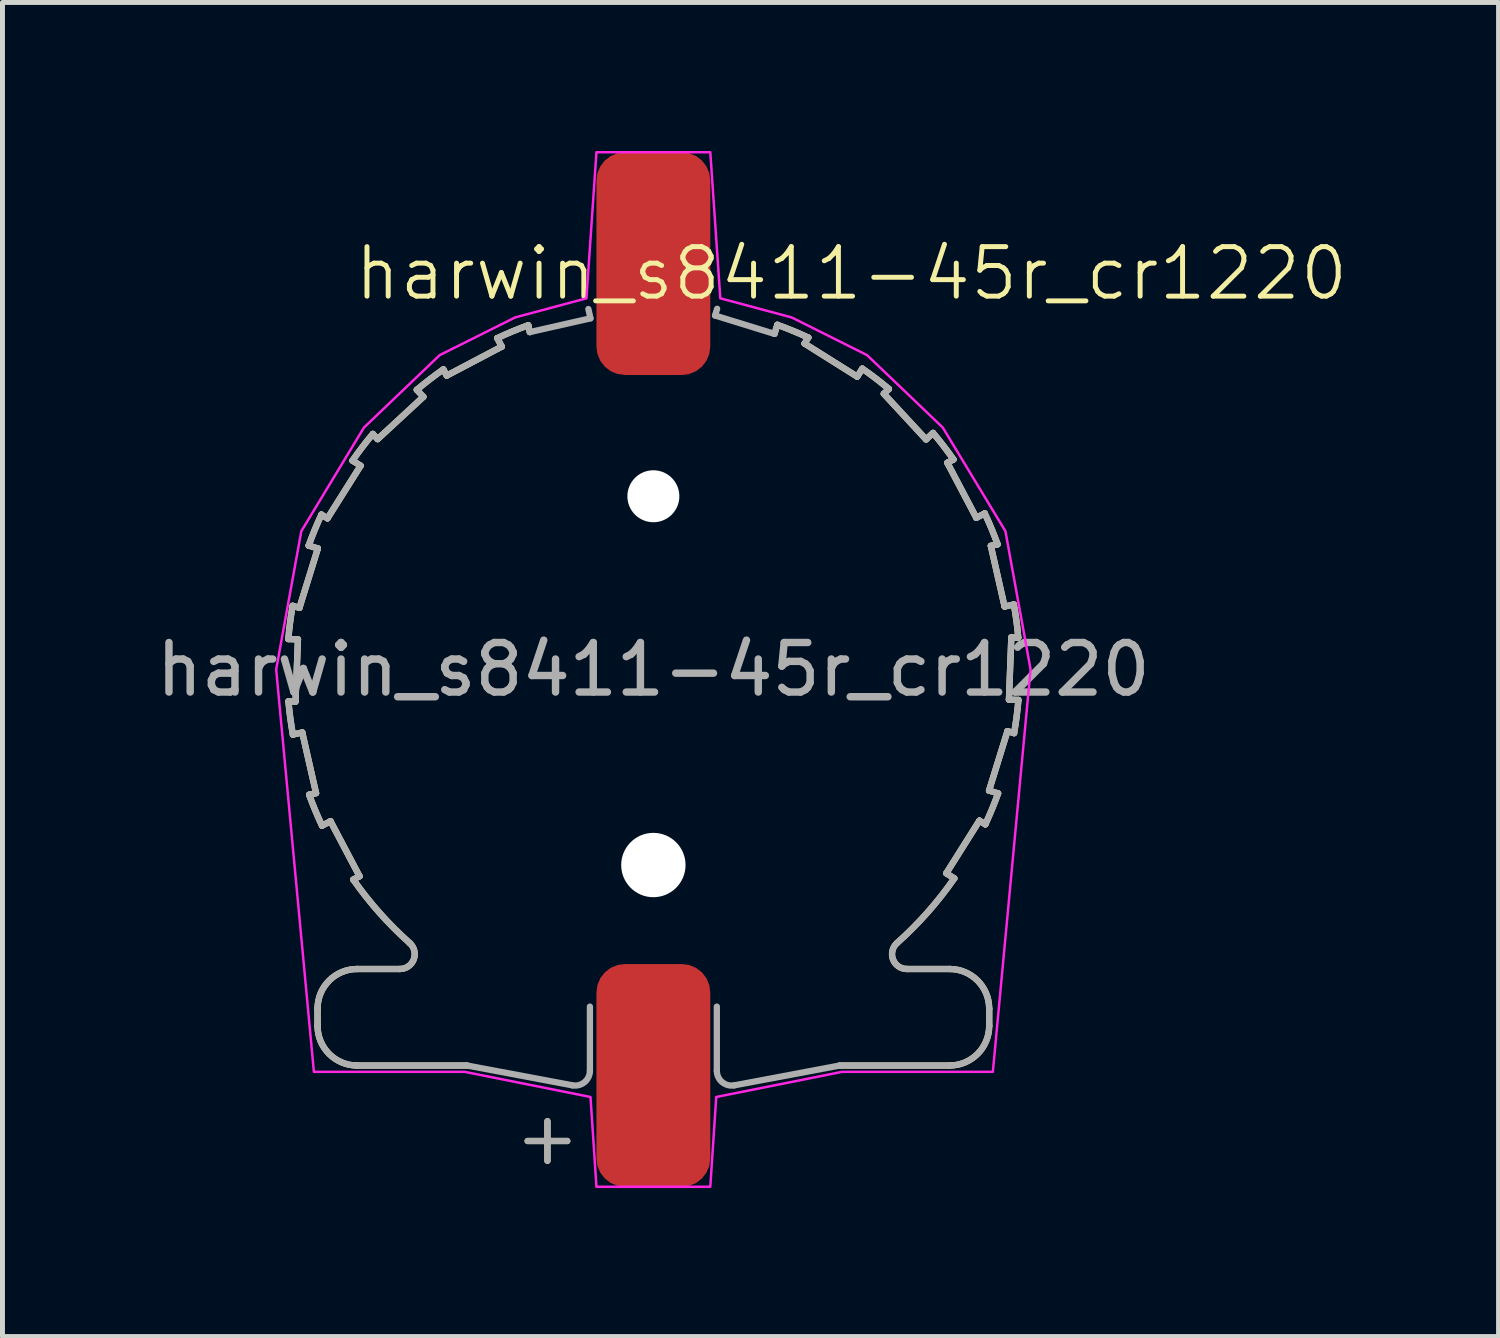
<source format=kicad_pcb>
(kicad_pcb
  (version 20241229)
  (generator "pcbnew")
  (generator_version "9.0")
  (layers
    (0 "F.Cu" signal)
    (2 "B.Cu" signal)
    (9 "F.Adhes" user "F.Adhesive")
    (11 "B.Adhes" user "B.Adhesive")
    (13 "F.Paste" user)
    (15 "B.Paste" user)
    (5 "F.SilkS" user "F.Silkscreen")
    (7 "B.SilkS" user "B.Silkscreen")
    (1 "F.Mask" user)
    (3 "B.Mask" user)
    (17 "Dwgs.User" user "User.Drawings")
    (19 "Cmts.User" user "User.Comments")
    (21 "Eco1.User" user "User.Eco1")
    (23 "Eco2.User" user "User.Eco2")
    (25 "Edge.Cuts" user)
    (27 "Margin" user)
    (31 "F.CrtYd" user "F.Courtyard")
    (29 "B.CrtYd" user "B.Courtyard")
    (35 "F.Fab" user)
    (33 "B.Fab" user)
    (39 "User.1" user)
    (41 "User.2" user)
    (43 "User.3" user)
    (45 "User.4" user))
  (footprint "harwin_s8411-45r_cr1220"
    (layer "F.Cu")
    (at 10.149 10.475)
    (property "Reference" "harwin_s8411-45r_cr1220" (at 4 -8 0) (unlocked yes) (layer "F.SilkS") (effects (font (size 1 1) (thickness 0.1))))
    (attr smd)
    (fp_line (start -7.372 0.643) (end -7.229 0.649) (stroke (width 0.127) (type solid)) (layer "F.SilkS"))
    (fp_line (start -7.287 -1.287) (end -7.15 -1.245) (stroke (width 0.127) (type solid)) (layer "F.SilkS"))
    (fp_line (start -7.229 0.649) (end -7.18 -0.608) (stroke (width 0.127) (type solid)) (layer "F.SilkS"))
    (fp_line (start -7.18 -0.608) (end -7.374 -0.615) (stroke (width 0.127) (type solid)) (layer "F.SilkS"))
    (fp_line (start -7.15 -1.245) (end -6.778 -2.446) (stroke (width 0.127) (type solid)) (layer "F.SilkS"))
    (fp_line (start -7.093 1.272) (end -7.282 1.315) (stroke (width 0.127) (type solid)) (layer "F.SilkS"))
    (fp_line (start -6.954 2.53) (end -6.814 2.498) (stroke (width 0.127) (type solid)) (layer "F.SilkS"))
    (fp_line (start -6.814 2.498) (end -7.093 1.272) (stroke (width 0.127) (type solid)) (layer "F.SilkS"))
    (fp_line (start -6.784 6.85) (end -6.784 7.2) (stroke (width 0.127) (type solid)) (layer "F.SilkS"))
    (fp_line (start -6.778 -2.446) (end -6.964 -2.503) (stroke (width 0.127) (type solid)) (layer "F.SilkS"))
    (fp_line (start -6.706 -3.13) (end -6.584 -3.053) (stroke (width 0.127) (type solid)) (layer "F.SilkS"))
    (fp_line (start -6.584 -3.053) (end -5.914 -4.117) (stroke (width 0.127) (type solid)) (layer "F.SilkS"))
    (fp_line (start -6.522 3.065) (end -6.694 3.155) (stroke (width 0.127) (type solid)) (layer "F.SilkS"))
    (fp_line (start -6.062 4.244) (end -5.936 4.177) (stroke (width 0.127) (type solid)) (layer "F.SilkS"))
    (fp_line (start -5.984 8) (end -3.764 8) (stroke (width 0.127) (type solid)) (layer "F.SilkS"))
    (fp_line (start -5.936 4.177) (end -6.522 3.065) (stroke (width 0.127) (type solid)) (layer "F.SilkS"))
    (fp_line (start -5.914 -4.117) (end -6.079 -4.22) (stroke (width 0.127) (type solid)) (layer "F.SilkS"))
    (fp_line (start -5.667 -4.759) (end -5.57 -4.654) (stroke (width 0.127) (type solid)) (layer "F.SilkS"))
    (fp_line (start -5.57 -4.654) (end -4.647 -5.508) (stroke (width 0.127) (type solid)) (layer "F.SilkS"))
    (fp_line (start -5.121 6.05) (end -5.984 6.05) (stroke (width 0.127) (type solid)) (layer "F.SilkS"))
    (fp_line (start -4.647 -5.508) (end -4.779 -5.65) (stroke (width 0.127) (type solid)) (layer "F.SilkS"))
    (fp_line (start -4.242 -6.063) (end -4.175 -5.937) (stroke (width 0.127) (type solid)) (layer "F.SilkS"))
    (fp_line (start -4.175 -5.937) (end -3.063 -6.523) (stroke (width 0.127) (type solid)) (layer "F.SilkS"))
    (fp_line (start -3.063 -6.523) (end -3.154 -6.694) (stroke (width 0.127) (type solid)) (layer "F.SilkS"))
    (fp_line (start -2.54 9.525) (end -1.74 9.525) (stroke (width 0.127) (type solid)) (layer "F.SilkS"))
    (fp_line (start -2.528 -6.955) (end -2.497 -6.816) (stroke (width 0.127) (type solid)) (layer "F.SilkS"))
    (fp_line (start -2.14 9.925) (end -2.14 9.125) (stroke (width 0.127) (type solid)) (layer "F.SilkS"))
    (fp_line (start 2.447 -6.78) (end 2.504 -6.963) (stroke (width 0.127) (type solid)) (layer "F.SilkS"))
    (fp_line (start 3.054 -6.585) (end 4.118 -5.916) (stroke (width 0.127) (type solid)) (layer "F.SilkS"))
    (fp_line (start 3.13 -6.705) (end 3.054 -6.585) (stroke (width 0.127) (type solid)) (layer "F.SilkS"))
    (fp_line (start 3.764 8) (end 5.984 8) (stroke (width 0.127) (type solid)) (layer "F.SilkS"))
    (fp_line (start 4.118 -5.916) (end 4.221 -6.078) (stroke (width 0.127) (type solid)) (layer "F.SilkS"))
    (fp_line (start 4.655 -5.571) (end 5.509 -4.648) (stroke (width 0.127) (type solid)) (layer "F.SilkS"))
    (fp_line (start 4.759 -5.667) (end 4.655 -5.571) (stroke (width 0.127) (type solid)) (layer "F.SilkS"))
    (fp_line (start 5.509 -4.648) (end 5.65 -4.779) (stroke (width 0.127) (type solid)) (layer "F.SilkS"))
    (fp_line (start 5.917 4.117) (end 6.079 4.219) (stroke (width 0.127) (type solid)) (layer "F.SilkS"))
    (fp_line (start 5.938 -4.177) (end 6.524 -3.065) (stroke (width 0.127) (type solid)) (layer "F.SilkS"))
    (fp_line (start 5.984 6.05) (end 5.121 6.05) (stroke (width 0.127) (type solid)) (layer "F.SilkS"))
    (fp_line (start 6.063 -4.242) (end 5.938 -4.177) (stroke (width 0.127) (type solid)) (layer "F.SilkS"))
    (fp_line (start 6.524 -3.065) (end 6.694 -3.154) (stroke (width 0.127) (type solid)) (layer "F.SilkS"))
    (fp_line (start 6.587 3.053) (end 5.917 4.117) (stroke (width 0.127) (type solid)) (layer "F.SilkS"))
    (fp_line (start 6.706 3.128) (end 6.587 3.053) (stroke (width 0.127) (type solid)) (layer "F.SilkS"))
    (fp_line (start 6.781 2.446) (end 6.964 2.502) (stroke (width 0.127) (type solid)) (layer "F.SilkS"))
    (fp_line (start 6.784 7.2) (end 6.784 6.85) (stroke (width 0.127) (type solid)) (layer "F.SilkS"))
    (fp_line (start 6.817 -2.498) (end 7.095 -1.272) (stroke (width 0.127) (type solid)) (layer "F.SilkS"))
    (fp_line (start 6.954 -2.529) (end 6.817 -2.498) (stroke (width 0.127) (type solid)) (layer "F.SilkS"))
    (fp_line (start 7.095 -1.272) (end 7.282 -1.314) (stroke (width 0.127) (type solid)) (layer "F.SilkS"))
    (fp_line (start 7.153 1.245) (end 6.781 2.446) (stroke (width 0.127) (type solid)) (layer "F.SilkS"))
    (fp_line (start 7.183 0.608) (end 7.374 0.615) (stroke (width 0.127) (type solid)) (layer "F.SilkS"))
    (fp_line (start 7.231 -0.649) (end 7.183 0.608) (stroke (width 0.127) (type solid)) (layer "F.SilkS"))
    (fp_line (start 7.287 1.286) (end 7.153 1.245) (stroke (width 0.127) (type solid)) (layer "F.SilkS"))
    (fp_line (start 7.372 -0.643) (end 7.231 -0.649) (stroke (width 0.127) (type solid)) (layer "F.SilkS"))
    (fp_arc (start -7.374393 -0.61498) (mid -7.338496 -0.952014) (end -7.287203 -1.28705) (stroke (width 0.127) (type solid)) (layer "F.SilkS"))
    (fp_arc (start -7.282253 1.31493) (mid -7.334822 0.980093) (end -7.372003 0.643201) (stroke (width 0.127) (type solid)) (layer "F.SilkS"))
    (fp_arc (start -6.963823 -2.50295) (mid -6.841909 -2.819192) (end -6.705643 -3.12952) (stroke (width 0.127) (type solid)) (layer "F.SilkS"))
    (fp_arc (start -6.783773 6.85007) (mid -6.549458 6.284385) (end -5.983773 6.05007) (stroke (width 0.127) (type solid)) (layer "F.SilkS"))
    (fp_arc (start -6.693673 3.15518) (mid -6.831123 2.845374) (end -6.954243 2.5296) (stroke (width 0.127) (type solid)) (layer "F.SilkS"))
    (fp_arc (start -6.078543 -4.22028) (mid -5.878938 -4.494163) (end -5.667003 -4.75862) (stroke (width 0.127) (type solid)) (layer "F.SilkS"))
    (fp_arc (start -5.983773 8.00007) (mid -6.549458 7.765755) (end -6.783773 7.20007) (stroke (width 0.127) (type solid)) (layer "F.SilkS"))
    (fp_arc (start -4.921753 5.52604) (mid -5.529397 4.917978) (end -6.062423 4.24355) (stroke (width 0.127) (type solid)) (layer "F.SilkS"))
    (fp_arc (start -4.921753 5.52604) (mid -4.840916 5.856821) (end -5.121283 6.05007) (stroke (width 0.127) (type solid)) (layer "F.SilkS"))
    (fp_arc (start -4.778933 -5.64987) (mid -4.515257 -5.862732) (end -4.242113 -6.0633) (stroke (width 0.127) (type solid)) (layer "F.SilkS"))
    (fp_arc (start -3.153613 -6.69431) (mid -2.843859 -6.831657) (end -2.528143 -6.95468) (stroke (width 0.127) (type solid)) (layer "F.SilkS"))
    (fp_arc (start 2.503787 -6.96348) (mid 2.819816 -6.841612) (end 3.129937 -6.70541) (stroke (width 0.127) (type solid)) (layer "F.SilkS"))
    (fp_arc (start 4.220657 -6.07826) (mid 4.494354 -5.878772) (end 4.758637 -5.66697) (stroke (width 0.127) (type solid)) (layer "F.SilkS"))
    (fp_arc (start 5.121277 6.05007) (mid 4.84091 5.856821) (end 4.921747 5.52604) (stroke (width 0.127) (type solid)) (layer "F.SilkS"))
    (fp_arc (start 5.649897 -4.77891) (mid 5.862626 -4.515413) (end 6.063077 -4.24246) (stroke (width 0.127) (type solid)) (layer "F.SilkS"))
    (fp_arc (start 5.983767 6.05007) (mid 6.549452 6.284385) (end 6.783767 6.85007) (stroke (width 0.127) (type solid)) (layer "F.SilkS"))
    (fp_arc (start 6.079287 4.21934) (mid 5.539184 4.906943) (end 4.921747 5.52604) (stroke (width 0.127) (type solid)) (layer "F.SilkS"))
    (fp_arc (start 6.694167 -3.154) (mid 6.831449 -2.844453) (end 6.954427 -2.52895) (stroke (width 0.127) (type solid)) (layer "F.SilkS"))
    (fp_arc (start 6.783767 7.20007) (mid 6.549452 7.765755) (end 5.983767 8.00007) (stroke (width 0.127) (type solid)) (layer "F.SilkS"))
    (fp_arc (start 6.964067 2.50241) (mid 6.842296 2.818386) (end 6.706197 3.12846) (stroke (width 0.127) (type solid)) (layer "F.SilkS"))
    (fp_arc (start 7.282337 -1.31425) (mid 7.334841 -0.979725) (end 7.371987 -0.643149) (stroke (width 0.127) (type solid)) (layer "F.SilkS"))
    (fp_arc (start 7.374407 0.615029) (mid 7.33855 0.951746) (end 7.287327 1.28647) (stroke (width 0.127) (type solid)) (layer "F.SilkS"))
    (fp_poly (pts (xy 7.62 0) (xy 6.858 8.128) (xy 3.81 8.128) (xy 1.27 8.636) (xy 1.15 10.45) (xy -1.15 10.45) (xy -1.27 8.636) (xy -3.81 8.128) (xy -6.858 8.128) (xy -7.62 0) (xy -7.112 -2.794) (xy -5.847 -4.887) (xy -4.318 -6.35) (xy -2.794 -7.112) (xy -1.352 -7.499) (xy -1.15 -10.45) (xy 1.15 -10.45) (xy 1.352 -7.499) (xy 2.794 -7.112) (xy 4.318 -6.35) (xy 5.847 -4.887) (xy 7.112 -2.794)) (stroke (width 0.05) (type solid)) (fill no) (layer "F.CrtYd"))
    (fp_line (start -7.372 0.643) (end -7.229 0.649) (stroke (width 0.127) (type solid)) (layer "F.Fab"))
    (fp_line (start -7.287 -1.287) (end -7.15 -1.245) (stroke (width 0.127) (type solid)) (layer "F.Fab"))
    (fp_line (start -7.229 0.649) (end -7.18 -0.608) (stroke (width 0.127) (type solid)) (layer "F.Fab"))
    (fp_line (start -7.18 -0.608) (end -7.374 -0.615) (stroke (width 0.127) (type solid)) (layer "F.Fab"))
    (fp_line (start -7.15 -1.245) (end -6.778 -2.446) (stroke (width 0.127) (type solid)) (layer "F.Fab"))
    (fp_line (start -7.093 1.272) (end -7.282 1.315) (stroke (width 0.127) (type solid)) (layer "F.Fab"))
    (fp_line (start -6.954 2.53) (end -6.814 2.498) (stroke (width 0.127) (type solid)) (layer "F.Fab"))
    (fp_line (start -6.814 2.498) (end -7.093 1.272) (stroke (width 0.127) (type solid)) (layer "F.Fab"))
    (fp_line (start -6.784 6.85) (end -6.784 7.2) (stroke (width 0.127) (type solid)) (layer "F.Fab"))
    (fp_line (start -6.778 -2.446) (end -6.964 -2.503) (stroke (width 0.127) (type solid)) (layer "F.Fab"))
    (fp_line (start -6.706 -3.13) (end -6.584 -3.053) (stroke (width 0.127) (type solid)) (layer "F.Fab"))
    (fp_line (start -6.584 -3.053) (end -5.914 -4.117) (stroke (width 0.127) (type solid)) (layer "F.Fab"))
    (fp_line (start -6.522 3.065) (end -6.694 3.155) (stroke (width 0.127) (type solid)) (layer "F.Fab"))
    (fp_line (start -6.062 4.244) (end -5.936 4.177) (stroke (width 0.127) (type solid)) (layer "F.Fab"))
    (fp_line (start -5.984 8) (end -3.764 8) (stroke (width 0.127) (type solid)) (layer "F.Fab"))
    (fp_line (start -5.936 4.177) (end -6.522 3.065) (stroke (width 0.127) (type solid)) (layer "F.Fab"))
    (fp_line (start -5.914 -4.117) (end -6.079 -4.22) (stroke (width 0.127) (type solid)) (layer "F.Fab"))
    (fp_line (start -5.667 -4.759) (end -5.57 -4.654) (stroke (width 0.127) (type solid)) (layer "F.Fab"))
    (fp_line (start -5.57 -4.654) (end -4.647 -5.508) (stroke (width 0.127) (type solid)) (layer "F.Fab"))
    (fp_line (start -5.121 6.05) (end -5.984 6.05) (stroke (width 0.127) (type solid)) (layer "F.Fab"))
    (fp_line (start -4.647 -5.508) (end -4.779 -5.65) (stroke (width 0.127) (type solid)) (layer "F.Fab"))
    (fp_line (start -4.242 -6.063) (end -4.175 -5.937) (stroke (width 0.127) (type solid)) (layer "F.Fab"))
    (fp_line (start -4.175 -5.937) (end -3.063 -6.523) (stroke (width 0.127) (type solid)) (layer "F.Fab"))
    (fp_line (start -3.764 8) (end -1.637 8.4) (stroke (width 0.127) (type solid)) (layer "F.Fab"))
    (fp_line (start -3.063 -6.523) (end -3.154 -6.694) (stroke (width 0.127) (type solid)) (layer "F.Fab"))
    (fp_line (start -2.54 9.525) (end -1.74 9.525) (stroke (width 0.127) (type solid)) (layer "F.Fab"))
    (fp_line (start -2.528 -6.955) (end -2.497 -6.816) (stroke (width 0.127) (type solid)) (layer "F.Fab"))
    (fp_line (start -2.497 -6.816) (end -1.271 -7.094) (stroke (width 0.127) (type solid)) (layer "F.Fab"))
    (fp_line (start -2.14 9.925) (end -2.14 9.125) (stroke (width 0.127) (type solid)) (layer "F.Fab"))
    (fp_line (start -1.282 6.81) (end -1.282 8.105) (stroke (width 0.127) (type solid)) (layer "F.Fab"))
    (fp_line (start -1.271 -7.094) (end -1.313 -7.282) (stroke (width 0.127) (type solid)) (layer "F.Fab"))
    (fp_line (start 1.246 -7.151) (end 2.447 -6.78) (stroke (width 0.127) (type solid)) (layer "F.Fab"))
    (fp_line (start 1.282 8.105) (end 1.282 6.81) (stroke (width 0.127) (type solid)) (layer "F.Fab"))
    (fp_line (start 1.288 -7.287) (end 1.246 -7.151) (stroke (width 0.127) (type solid)) (layer "F.Fab"))
    (fp_line (start 1.637 8.4) (end 3.764 8) (stroke (width 0.127) (type solid)) (layer "F.Fab"))
    (fp_line (start 2.447 -6.78) (end 2.504 -6.963) (stroke (width 0.127) (type solid)) (layer "F.Fab"))
    (fp_line (start 3.054 -6.585) (end 4.118 -5.916) (stroke (width 0.127) (type solid)) (layer "F.Fab"))
    (fp_line (start 3.13 -6.705) (end 3.054 -6.585) (stroke (width 0.127) (type solid)) (layer "F.Fab"))
    (fp_line (start 3.764 8) (end 5.984 8) (stroke (width 0.127) (type solid)) (layer "F.Fab"))
    (fp_line (start 4.118 -5.916) (end 4.221 -6.078) (stroke (width 0.127) (type solid)) (layer "F.Fab"))
    (fp_line (start 4.655 -5.571) (end 5.509 -4.648) (stroke (width 0.127) (type solid)) (layer "F.Fab"))
    (fp_line (start 4.759 -5.667) (end 4.655 -5.571) (stroke (width 0.127) (type solid)) (layer "F.Fab"))
    (fp_line (start 5.509 -4.648) (end 5.65 -4.779) (stroke (width 0.127) (type solid)) (layer "F.Fab"))
    (fp_line (start 5.917 4.117) (end 6.079 4.219) (stroke (width 0.127) (type solid)) (layer "F.Fab"))
    (fp_line (start 5.938 -4.177) (end 6.524 -3.065) (stroke (width 0.127) (type solid)) (layer "F.Fab"))
    (fp_line (start 5.984 6.05) (end 5.121 6.05) (stroke (width 0.127) (type solid)) (layer "F.Fab"))
    (fp_line (start 6.063 -4.242) (end 5.938 -4.177) (stroke (width 0.127) (type solid)) (layer "F.Fab"))
    (fp_line (start 6.524 -3.065) (end 6.694 -3.154) (stroke (width 0.127) (type solid)) (layer "F.Fab"))
    (fp_line (start 6.587 3.053) (end 5.917 4.117) (stroke (width 0.127) (type solid)) (layer "F.Fab"))
    (fp_line (start 6.706 3.128) (end 6.587 3.053) (stroke (width 0.127) (type solid)) (layer "F.Fab"))
    (fp_line (start 6.781 2.446) (end 6.964 2.502) (stroke (width 0.127) (type solid)) (layer "F.Fab"))
    (fp_line (start 6.784 7.2) (end 6.784 6.85) (stroke (width 0.127) (type solid)) (layer "F.Fab"))
    (fp_line (start 6.817 -2.498) (end 7.095 -1.272) (stroke (width 0.127) (type solid)) (layer "F.Fab"))
    (fp_line (start 6.954 -2.529) (end 6.817 -2.498) (stroke (width 0.127) (type solid)) (layer "F.Fab"))
    (fp_line (start 7.095 -1.272) (end 7.282 -1.314) (stroke (width 0.127) (type solid)) (layer "F.Fab"))
    (fp_line (start 7.153 1.245) (end 6.781 2.446) (stroke (width 0.127) (type solid)) (layer "F.Fab"))
    (fp_line (start 7.183 0.608) (end 7.374 0.615) (stroke (width 0.127) (type solid)) (layer "F.Fab"))
    (fp_line (start 7.231 -0.649) (end 7.183 0.608) (stroke (width 0.127) (type solid)) (layer "F.Fab"))
    (fp_line (start 7.287 1.286) (end 7.153 1.245) (stroke (width 0.127) (type solid)) (layer "F.Fab"))
    (fp_line (start 7.372 -0.643) (end 7.231 -0.649) (stroke (width 0.127) (type solid)) (layer "F.Fab"))
    (fp_arc (start -7.374393 -0.61498) (mid -7.338496 -0.952014) (end -7.287203 -1.28705) (stroke (width 0.127) (type solid)) (layer "F.Fab"))
    (fp_arc (start -7.282253 1.31493) (mid -7.334822 0.980093) (end -7.372003 0.643201) (stroke (width 0.127) (type solid)) (layer "F.Fab"))
    (fp_arc (start -6.963823 -2.50295) (mid -6.841909 -2.819192) (end -6.705643 -3.12952) (stroke (width 0.127) (type solid)) (layer "F.Fab"))
    (fp_arc (start -6.783773 6.85007) (mid -6.549458 6.284385) (end -5.983773 6.05007) (stroke (width 0.127) (type solid)) (layer "F.Fab"))
    (fp_arc (start -6.693673 3.15518) (mid -6.831123 2.845374) (end -6.954243 2.5296) (stroke (width 0.127) (type solid)) (layer "F.Fab"))
    (fp_arc (start -6.078543 -4.22028) (mid -5.878938 -4.494163) (end -5.667003 -4.75862) (stroke (width 0.127) (type solid)) (layer "F.Fab"))
    (fp_arc (start -5.983773 8.00007) (mid -6.549458 7.765755) (end -6.783773 7.20007) (stroke (width 0.127) (type solid)) (layer "F.Fab"))
    (fp_arc (start -4.921753 5.52604) (mid -5.529397 4.917978) (end -6.062423 4.24355) (stroke (width 0.127) (type solid)) (layer "F.Fab"))
    (fp_arc (start -4.921753 5.52604) (mid -4.840916 5.856821) (end -5.121283 6.05007) (stroke (width 0.127) (type solid)) (layer "F.Fab"))
    (fp_arc (start -4.778933 -5.64987) (mid -4.515257 -5.862732) (end -4.242113 -6.0633) (stroke (width 0.127) (type solid)) (layer "F.Fab"))
    (fp_arc (start -3.153613 -6.69431) (mid -2.843859 -6.831657) (end -2.528143 -6.95468) (stroke (width 0.127) (type solid)) (layer "F.Fab"))
    (fp_arc (start -1.281883 8.1053) (mid -1.390369 8.336216) (end -1.637364 8.40013) (stroke (width 0.127) (type solid)) (layer "F.Fab"))
    (fp_arc (start 1.637357 8.40013) (mid 1.390368 8.336213) (end 1.281888 8.1053) (stroke (width 0.127) (type solid)) (layer "F.Fab"))
    (fp_arc (start 2.503787 -6.96348) (mid 2.819816 -6.841612) (end 3.129937 -6.70541) (stroke (width 0.127) (type solid)) (layer "F.Fab"))
    (fp_arc (start 4.220657 -6.07826) (mid 4.494354 -5.878772) (end 4.758637 -5.66697) (stroke (width 0.127) (type solid)) (layer "F.Fab"))
    (fp_arc (start 5.121277 6.05007) (mid 4.84091 5.856821) (end 4.921747 5.52604) (stroke (width 0.127) (type solid)) (layer "F.Fab"))
    (fp_arc (start 5.649897 -4.77891) (mid 5.862626 -4.515413) (end 6.063077 -4.24246) (stroke (width 0.127) (type solid)) (layer "F.Fab"))
    (fp_arc (start 5.983767 6.05007) (mid 6.549452 6.284385) (end 6.783767 6.85007) (stroke (width 0.127) (type solid)) (layer "F.Fab"))
    (fp_arc (start 6.079287 4.21934) (mid 5.539184 4.906943) (end 4.921747 5.52604) (stroke (width 0.127) (type solid)) (layer "F.Fab"))
    (fp_arc (start 6.694167 -3.154) (mid 6.831449 -2.844453) (end 6.954427 -2.52895) (stroke (width 0.127) (type solid)) (layer "F.Fab"))
    (fp_arc (start 6.783767 7.20007) (mid 6.549452 7.765755) (end 5.983767 8.00007) (stroke (width 0.127) (type solid)) (layer "F.Fab"))
    (fp_arc (start 6.964067 2.50241) (mid 6.842296 2.818386) (end 6.706197 3.12846) (stroke (width 0.127) (type solid)) (layer "F.Fab"))
    (fp_arc (start 7.282337 -1.31425) (mid 7.334841 -0.979725) (end 7.371987 -0.643149) (stroke (width 0.127) (type solid)) (layer "F.Fab"))
    (fp_arc (start 7.374407 0.615029) (mid 7.33855 0.951746) (end 7.287327 1.28647) (stroke (width 0.127) (type solid)) (layer "F.Fab"))
    (fp_text user "${REFERENCE}" (at 0 0 0) (unlocked yes) (layer "F.Fab") (effects (font (size 1 1) (thickness 0.15))))
    (pad "" np_thru_hole circle (at 0 -3.5) (size 1.05 1.05) (drill 1.05) (layers "*.Cu" "*.Mask"))
    (pad "" np_thru_hole circle (at 0 3.95) (size 1.3 1.3) (drill 1.3) (layers "*.Cu" "*.Mask"))
    (pad "1" smd roundrect (at 0 -8.2) (size 2.3 4.5) (layers "F.Cu" "F.Mask" "F.Paste") (roundrect_rratio 0.25))
    (pad "2" smd roundrect (at 0 8.2) (size 2.3 4.5) (layers "F.Cu" "F.Mask" "F.Paste") (roundrect_rratio 0.25)))
  (gr_rect
    (start -3 -3)
    (end 27.223 23.95)
    (stroke (width 0.1) (type default))
    (fill no)
    (layer "Edge.Cuts")))
</source>
